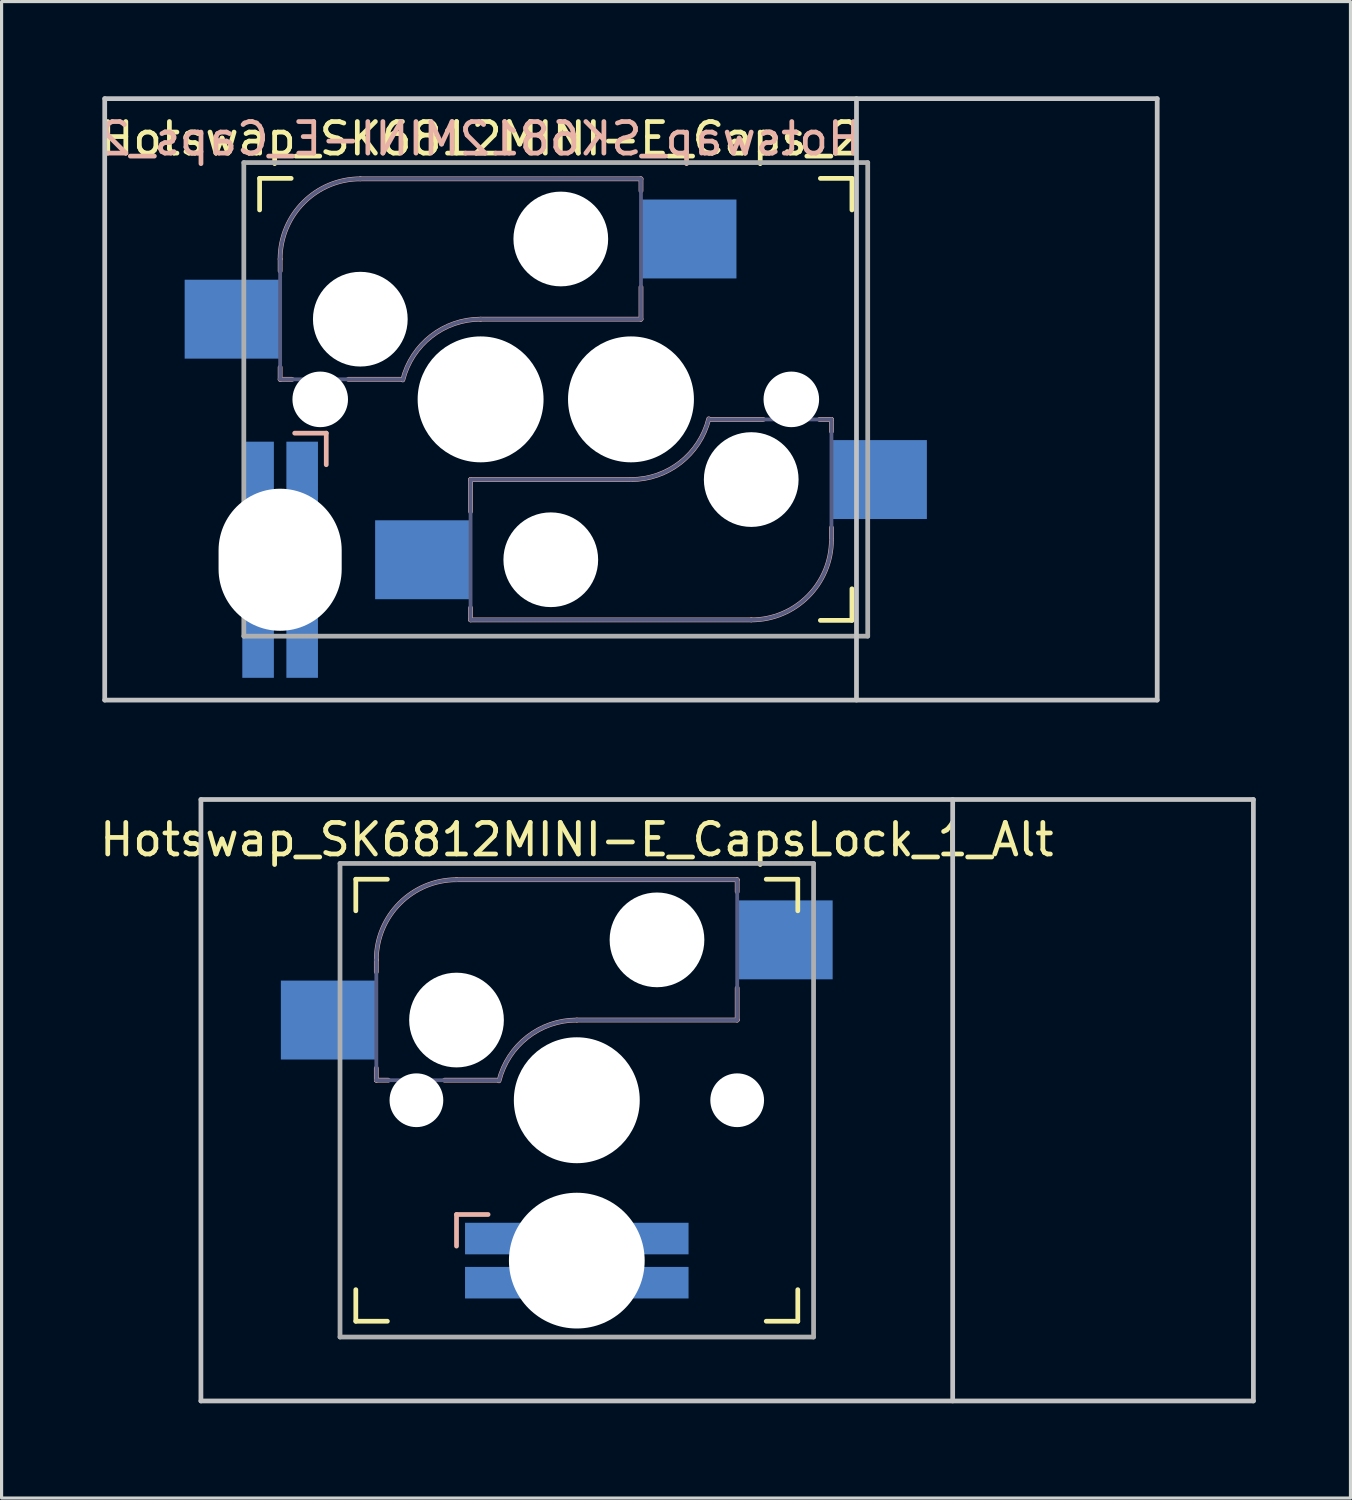
<source format=kicad_pcb>
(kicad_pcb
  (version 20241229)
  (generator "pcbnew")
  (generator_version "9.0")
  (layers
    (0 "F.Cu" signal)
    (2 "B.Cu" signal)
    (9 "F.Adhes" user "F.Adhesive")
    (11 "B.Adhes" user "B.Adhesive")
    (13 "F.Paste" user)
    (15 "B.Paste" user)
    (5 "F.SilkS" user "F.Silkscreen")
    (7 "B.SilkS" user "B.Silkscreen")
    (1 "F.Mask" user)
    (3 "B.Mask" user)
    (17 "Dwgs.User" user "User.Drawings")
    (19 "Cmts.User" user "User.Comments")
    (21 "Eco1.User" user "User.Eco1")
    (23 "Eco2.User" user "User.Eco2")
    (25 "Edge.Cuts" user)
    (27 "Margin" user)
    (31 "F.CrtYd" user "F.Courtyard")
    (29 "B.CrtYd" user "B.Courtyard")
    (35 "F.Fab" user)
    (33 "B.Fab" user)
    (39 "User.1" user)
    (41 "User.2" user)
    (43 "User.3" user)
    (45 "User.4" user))
  (footprint "Hotswap_SK6812MINI-E_CapsLock_1_Alt"
    (layer "F.Cu")
    (at 15.22 31.8)
    (property "Reference" "Hotswap_SK6812MINI-E_CapsLock_1_Alt" (at 0 -8.255 0) (layer "F.SilkS") (effects (font (size 1 1) (thickness 0.15))))
    (attr through_hole)
    (fp_line (start -7 -6) (end -7 -7) (stroke (width 0.15) (type solid)) (layer "F.SilkS"))
    (fp_line (start -7 7) (end -7 6) (stroke (width 0.15) (type solid)) (layer "F.SilkS"))
    (fp_line (start -7 7) (end -6 7) (stroke (width 0.15) (type solid)) (layer "F.SilkS"))
    (fp_line (start -6 -7) (end -7 -7) (stroke (width 0.15) (type solid)) (layer "F.SilkS"))
    (fp_line (start 6 7) (end 7 7) (stroke (width 0.15) (type solid)) (layer "F.SilkS"))
    (fp_line (start 7 -7) (end 6 -7) (stroke (width 0.15) (type solid)) (layer "F.SilkS"))
    (fp_line (start 7 -7) (end 7 -6) (stroke (width 0.15) (type solid)) (layer "F.SilkS"))
    (fp_line (start 7 6) (end 7 7) (stroke (width 0.15) (type solid)) (layer "F.SilkS"))
    (fp_line (start -6.35 -4.445) (end -6.35 -4.064) (stroke (width 0.15) (type solid)) (layer "B.SilkS"))
    (fp_line (start -6.35 -1.016) (end -6.35 -0.635) (stroke (width 0.15) (type solid)) (layer "B.SilkS"))
    (fp_line (start -6.35 -0.635) (end -5.969 -0.635) (stroke (width 0.15) (type solid)) (layer "B.SilkS"))
    (fp_line (start -4.191 -0.635) (end -2.54 -0.635) (stroke (width 0.15) (type solid)) (layer "B.SilkS"))
    (fp_line (start -3.81 4.62) (end -3.81 3.619) (stroke (width 0.15) (type solid)) (layer "B.SilkS"))
    (fp_line (start -2.81 3.619) (end -3.81 3.619) (stroke (width 0.15) (type solid)) (layer "B.SilkS"))
    (fp_line (start 0 -2.54) (end 5.08 -2.54) (stroke (width 0.15) (type solid)) (layer "B.SilkS"))
    (fp_line (start 5.08 -6.985) (end -3.81 -6.985) (stroke (width 0.15) (type solid)) (layer "B.SilkS"))
    (fp_line (start 5.08 -6.604) (end 5.08 -6.985) (stroke (width 0.15) (type solid)) (layer "B.SilkS"))
    (fp_line (start 5.08 -2.54) (end 5.08 -3.556) (stroke (width 0.15) (type solid)) (layer "B.SilkS"))
    (fp_arc (start -6.35 -4.445) (mid -5.606051 -6.241051) (end -3.81 -6.985) (stroke (width 0.15) (type solid)) (layer "B.SilkS"))
    (fp_arc (start -2.464162 -0.61604) (mid -1.563147 -2.002042) (end 0 -2.54) (stroke (width 0.15) (type solid)) (layer "B.SilkS"))
    (fp_line (start -11.906 -9.525) (end 21.431 -9.525) (stroke (width 0.15) (type solid)) (layer "Dwgs.User"))
    (fp_line (start -11.906 9.525) (end -11.906 -9.525) (stroke (width 0.15) (type solid)) (layer "Dwgs.User"))
    (fp_line (start -11.906 9.525) (end 21.431 9.525) (stroke (width 0.15) (type solid)) (layer "Dwgs.User"))
    (fp_line (start 11.906 -9.525) (end 11.906 9.525) (stroke (width 0.15) (type solid)) (layer "Dwgs.User"))
    (fp_line (start 21.431 -9.525) (end 21.431 9.525) (stroke (width 0.15) (type solid)) (layer "Dwgs.User"))
    (fp_line (start -6.9 6.9) (end -6.9 -6.9) (stroke (width 0.15) (type solid)) (layer "Eco2.User"))
    (fp_line (start -6.9 6.9) (end 6.9 6.9) (stroke (width 0.15) (type solid)) (layer "Eco2.User"))
    (fp_line (start 6.9 -6.9) (end -6.9 -6.9) (stroke (width 0.15) (type solid)) (layer "Eco2.User"))
    (fp_line (start 6.9 -6.9) (end 6.9 6.9) (stroke (width 0.15) (type solid)) (layer "Eco2.User"))
    (fp_line (start -6.35 -4.445) (end -6.35 -0.635) (stroke (width 0.12) (type solid)) (layer "B.Fab"))
    (fp_line (start -6.35 -0.635) (end -2.54 -0.635) (stroke (width 0.12) (type solid)) (layer "B.Fab"))
    (fp_line (start 0 -2.54) (end 5.08 -2.54) (stroke (width 0.12) (type solid)) (layer "B.Fab"))
    (fp_line (start 5.08 -6.985) (end -3.81 -6.985) (stroke (width 0.12) (type solid)) (layer "B.Fab"))
    (fp_line (start 5.08 -2.54) (end 5.08 -6.985) (stroke (width 0.12) (type solid)) (layer "B.Fab"))
    (fp_arc (start -6.35 -4.445) (mid -5.606051 -6.241051) (end -3.81 -6.985) (stroke (width 0.12) (type solid)) (layer "B.Fab"))
    (fp_arc (start -2.464162 -0.61604) (mid -1.563147 -2.002042) (end 0 -2.54) (stroke (width 0.12) (type solid)) (layer "B.Fab"))
    (fp_line (start -7.5 -7.5) (end 7.5 -7.5) (stroke (width 0.15) (type solid)) (layer "F.Fab"))
    (fp_line (start -7.5 7.5) (end -7.5 -7.5) (stroke (width 0.15) (type solid)) (layer "F.Fab"))
    (fp_line (start 7.5 -7.5) (end 7.5 7.5) (stroke (width 0.15) (type solid)) (layer "F.Fab"))
    (fp_line (start 7.5 7.5) (end -7.5 7.5) (stroke (width 0.15) (type solid)) (layer "F.Fab"))
    (pad "" np_thru_hole circle (at -5.08 0 180) (size 1.702 1.702) (drill 1.702) (layers "*.Cu" "*.Mask"))
    (pad "" np_thru_hole circle (at -3.81 -2.54 180) (size 3 3) (drill 3) (layers "*.Cu" "*.Mask"))
    (pad "" np_thru_hole circle (at 0 0 180) (size 3.988 3.988) (drill 3.988) (layers "*.Cu" "*.Mask"))
    (pad "" np_thru_hole circle (at 0 5.08 180) (size 4.3 4.3) (drill 4.3) (layers "*.Cu" "*.Mask"))
    (pad "" np_thru_hole circle (at 2.54 -5.08 180) (size 3 3) (drill 3) (layers "*.Cu" "*.Mask"))
    (pad "" np_thru_hole circle (at 5.08 0 180) (size 1.702 1.702) (drill 1.702) (layers "*.Cu" "*.Mask"))
    (pad "1" smd rect (at -7.874 -2.54 180) (size 3 2.5) (layers "B.Cu" "B.Mask"))
    (pad "2" smd rect (at 6.604 -5.08 180) (size 3 2.5) (layers "B.Cu" "B.Mask"))
    (pad "DIN" smd rect (at -2.54 5.779 270) (size 1 2) (layers "B.Cu" "B.Mask"))
    (pad "DOUT" smd rect (at 2.54 4.381 270) (size 1 2) (layers "B.Cu" "B.Mask"))
    (pad "GND" smd rect (at -2.54 4.381 270) (size 1 2) (layers "B.Cu" "B.Mask"))
    (pad "VDD" smd rect (at 2.54 5.779 270) (size 1 2) (layers "B.Cu" "B.Mask")))
  (footprint "Hotswap_SK6812MINI-E_Caps_2"
    (layer "F.Cu")
    (at 12.173 9.6)
    (property "Reference" "Hotswap_SK6812MINI-E_Caps_2" (at 0 -8.255 0) (layer "F.SilkS") (effects (font (size 1 1) (thickness 0.15))))
    (attr through_hole)
    (fp_line (start -7 -6) (end -7 -7) (stroke (width 0.15) (type solid)) (layer "F.SilkS"))
    (fp_line (start -6 -7) (end -7 -7) (stroke (width 0.15) (type solid)) (layer "F.SilkS"))
    (fp_line (start 10.762 7) (end 11.762 7) (stroke (width 0.15) (type solid)) (layer "F.SilkS"))
    (fp_line (start 11.762 -7) (end 10.762 -7) (stroke (width 0.15) (type solid)) (layer "F.SilkS"))
    (fp_line (start 11.762 -7) (end 11.762 -6) (stroke (width 0.15) (type solid)) (layer "F.SilkS"))
    (fp_line (start 11.762 6) (end 11.762 7) (stroke (width 0.15) (type solid)) (layer "F.SilkS"))
    (fp_line (start -6.35 -4.445) (end -6.35 -4.064) (stroke (width 0.15) (type solid)) (layer "B.SilkS"))
    (fp_line (start -6.35 -1.016) (end -6.35 -0.635) (stroke (width 0.15) (type solid)) (layer "B.SilkS"))
    (fp_line (start -6.35 -0.635) (end -5.969 -0.635) (stroke (width 0.15) (type solid)) (layer "B.SilkS"))
    (fp_line (start -4.889 1.07) (end -5.889 1.07) (stroke (width 0.15) (type solid)) (layer "B.SilkS"))
    (fp_line (start -4.889 1.07) (end -4.889 2.07) (stroke (width 0.15) (type solid)) (layer "B.SilkS"))
    (fp_line (start -4.191 -0.635) (end -2.54 -0.635) (stroke (width 0.15) (type solid)) (layer "B.SilkS"))
    (fp_line (start -0.318 2.54) (end -0.318 3.556) (stroke (width 0.15) (type solid)) (layer "B.SilkS"))
    (fp_line (start -0.318 6.604) (end -0.318 6.985) (stroke (width 0.15) (type solid)) (layer "B.SilkS"))
    (fp_line (start -0.318 6.985) (end 8.572 6.985) (stroke (width 0.15) (type solid)) (layer "B.SilkS"))
    (fp_line (start 0 -2.54) (end 5.08 -2.54) (stroke (width 0.15) (type solid)) (layer "B.SilkS"))
    (fp_line (start 4.763 2.54) (end -0.318 2.54) (stroke (width 0.15) (type solid)) (layer "B.SilkS"))
    (fp_line (start 5.08 -6.985) (end -3.81 -6.985) (stroke (width 0.15) (type solid)) (layer "B.SilkS"))
    (fp_line (start 5.08 -6.604) (end 5.08 -6.985) (stroke (width 0.15) (type solid)) (layer "B.SilkS"))
    (fp_line (start 5.08 -2.54) (end 5.08 -3.556) (stroke (width 0.15) (type solid)) (layer "B.SilkS"))
    (fp_line (start 8.954 0.635) (end 7.303 0.635) (stroke (width 0.15) (type solid)) (layer "B.SilkS"))
    (fp_line (start 11.113 0.635) (end 10.732 0.635) (stroke (width 0.15) (type solid)) (layer "B.SilkS"))
    (fp_line (start 11.113 1.016) (end 11.113 0.635) (stroke (width 0.15) (type solid)) (layer "B.SilkS"))
    (fp_line (start 11.113 4.445) (end 11.113 4.064) (stroke (width 0.15) (type solid)) (layer "B.SilkS"))
    (fp_arc (start -6.35 -4.445) (mid -5.606051 -6.241051) (end -3.81 -6.985) (stroke (width 0.15) (type solid)) (layer "B.SilkS"))
    (fp_arc (start -2.464162 -0.61604) (mid -1.563147 -2.002042) (end 0 -2.54) (stroke (width 0.15) (type solid)) (layer "B.SilkS"))
    (fp_arc (start 7.226662 0.61604) (mid 6.325647 2.002042) (end 4.7625 2.54) (stroke (width 0.15) (type solid)) (layer "B.SilkS"))
    (fp_arc (start 11.1125 4.445) (mid 10.368551 6.241051) (end 8.5725 6.985) (stroke (width 0.15) (type solid)) (layer "B.SilkS"))
    (fp_line (start -11.906 9.525) (end -11.906 -9.525) (stroke (width 0.15) (type solid)) (layer "Dwgs.User"))
    (fp_line (start 11.906 -9.525) (end 11.906 9.525) (stroke (width 0.15) (type solid)) (layer "Dwgs.User"))
    (fp_line (start 21.431 -9.525) (end -11.906 -9.525) (stroke (width 0.15) (type solid)) (layer "Dwgs.User"))
    (fp_line (start 21.431 -9.525) (end 21.431 9.525) (stroke (width 0.15) (type solid)) (layer "Dwgs.User"))
    (fp_line (start 21.431 9.525) (end -11.906 9.525) (stroke (width 0.15) (type solid)) (layer "Dwgs.User"))
    (fp_line (start -6.9 6.9) (end -6.9 -6.9) (stroke (width 0.15) (type solid)) (layer "Eco2.User"))
    (fp_line (start -6.9 6.9) (end 6.9 6.9) (stroke (width 0.15) (type solid)) (layer "Eco2.User"))
    (fp_line (start -2.138 6.9) (end 11.662 6.9) (stroke (width 0.15) (type solid)) (layer "Eco2.User"))
    (fp_line (start 6.9 -6.9) (end -6.9 -6.9) (stroke (width 0.15) (type solid)) (layer "Eco2.User"))
    (fp_line (start 11.662 -6.9) (end -2.138 -6.9) (stroke (width 0.15) (type solid)) (layer "Eco2.User"))
    (fp_line (start 11.662 -6.9) (end 11.662 6.9) (stroke (width 0.15) (type solid)) (layer "Eco2.User"))
    (fp_line (start -6.35 -4.445) (end -6.35 -0.635) (stroke (width 0.12) (type solid)) (layer "B.Fab"))
    (fp_line (start -6.35 -0.635) (end -2.54 -0.635) (stroke (width 0.12) (type solid)) (layer "B.Fab"))
    (fp_line (start -0.318 2.54) (end -0.318 6.985) (stroke (width 0.12) (type solid)) (layer "B.Fab"))
    (fp_line (start -0.318 6.985) (end 8.572 6.985) (stroke (width 0.12) (type solid)) (layer "B.Fab"))
    (fp_line (start 0 -2.54) (end 5.08 -2.54) (stroke (width 0.12) (type solid)) (layer "B.Fab"))
    (fp_line (start 4.763 2.54) (end -0.318 2.54) (stroke (width 0.12) (type solid)) (layer "B.Fab"))
    (fp_line (start 5.08 -6.985) (end -3.81 -6.985) (stroke (width 0.12) (type solid)) (layer "B.Fab"))
    (fp_line (start 5.08 -2.54) (end 5.08 -6.985) (stroke (width 0.12) (type solid)) (layer "B.Fab"))
    (fp_line (start 11.113 0.635) (end 7.303 0.635) (stroke (width 0.12) (type solid)) (layer "B.Fab"))
    (fp_line (start 11.113 4.445) (end 11.113 0.635) (stroke (width 0.12) (type solid)) (layer "B.Fab"))
    (fp_arc (start -6.35 -4.445) (mid -5.606051 -6.241051) (end -3.81 -6.985) (stroke (width 0.12) (type solid)) (layer "B.Fab"))
    (fp_arc (start -2.464162 -0.61604) (mid -1.563147 -2.002042) (end 0 -2.54) (stroke (width 0.12) (type solid)) (layer "B.Fab"))
    (fp_arc (start 7.226662 0.61604) (mid 6.325647 2.002042) (end 4.7625 2.54) (stroke (width 0.12) (type solid)) (layer "B.Fab"))
    (fp_arc (start 11.1125 4.445) (mid 10.368551 6.241051) (end 8.5725 6.985) (stroke (width 0.12) (type solid)) (layer "B.Fab"))
    (fp_line (start -7.5 -7.5) (end 12.262 -7.5) (stroke (width 0.15) (type solid)) (layer "F.Fab"))
    (fp_line (start -7.5 7.5) (end -7.5 -7.5) (stroke (width 0.15) (type solid)) (layer "F.Fab"))
    (fp_line (start 12.262 -7.5) (end 12.262 7.5) (stroke (width 0.15) (type solid)) (layer "F.Fab"))
    (fp_line (start 12.262 7.5) (end -7.5 7.5) (stroke (width 0.15) (type solid)) (layer "F.Fab"))
    (fp_text user "${REFERENCE}" (at 0 -8.255 0) (layer "B.SilkS") (effects (font (size 1 1) (thickness 0.15)) (justify mirror)))
    (pad "" np_thru_hole oval (at -6.35 5.08 90) (size 4.5 3.9) (drill oval 4.5 3.9) (layers "*.Cu" "*.Mask"))
    (pad "" np_thru_hole circle (at -5.08 0 180) (size 1.76 1.76) (drill 1.76) (layers "*.Cu" "*.Mask"))
    (pad "" np_thru_hole circle (at -3.81 -2.54 180) (size 3 3) (drill 3) (layers "*.Cu" "*.Mask"))
    (pad "" np_thru_hole circle (at 0 0 180) (size 3.988 3.988) (drill 3.988) (layers "*.Cu" "*.Mask"))
    (pad "" np_thru_hole circle (at 2.223 5.08) (size 3 3) (drill 3) (layers "*.Cu" "*.Mask"))
    (pad "" np_thru_hole circle (at 2.54 -5.08 180) (size 3 3) (drill 3) (layers "*.Cu" "*.Mask"))
    (pad "" np_thru_hole circle (at 4.763 0) (size 3.988 3.988) (drill 3.988) (layers "*.Cu" "*.Mask"))
    (pad "" np_thru_hole circle (at 8.572 2.54) (size 3 3) (drill 3) (layers "*.Cu" "*.Mask"))
    (pad "" np_thru_hole circle (at 9.842 0) (size 1.76 1.76) (drill 1.76) (layers "*.Cu" "*.Mask"))
    (pad "1" smd rect (at -7.874 -2.54 180) (size 3 2.5) (layers "B.Cu" "B.Mask" "B.Paste"))
    (pad "1" smd rect (at -1.841 5.08) (size 3 2.5) (layers "B.Cu" "B.Mask" "B.Paste"))
    (pad "2" smd rect (at 6.604 -5.08 180) (size 3 2.5) (layers "B.Cu" "B.Mask" "B.Paste"))
    (pad "2" smd rect (at 12.636 2.54) (size 3 2.5) (layers "B.Cu" "B.Mask" "B.Paste"))
    (pad "DIN" smd rect (at -7.048 2.34 180) (size 1 2) (layers "B.Cu" "B.Mask" "B.Paste"))
    (pad "DOUT" smd rect (at -5.652 7.82 180) (size 1 2) (layers "B.Cu" "B.Mask" "B.Paste"))
    (pad "GND" smd rect (at -5.652 2.34 180) (size 1 2) (layers "B.Cu" "B.Mask" "B.Paste"))
    (pad "VDD" smd rect (at -7.048 7.82 180) (size 1 2) (layers "B.Cu" "B.Mask" "B.Paste")))
  (gr_rect
    (start -3 -3)
    (end 39.726 44.4)
    (stroke (width 0.1) (type default))
    (fill no)
    (layer "Edge.Cuts")))
</source>
